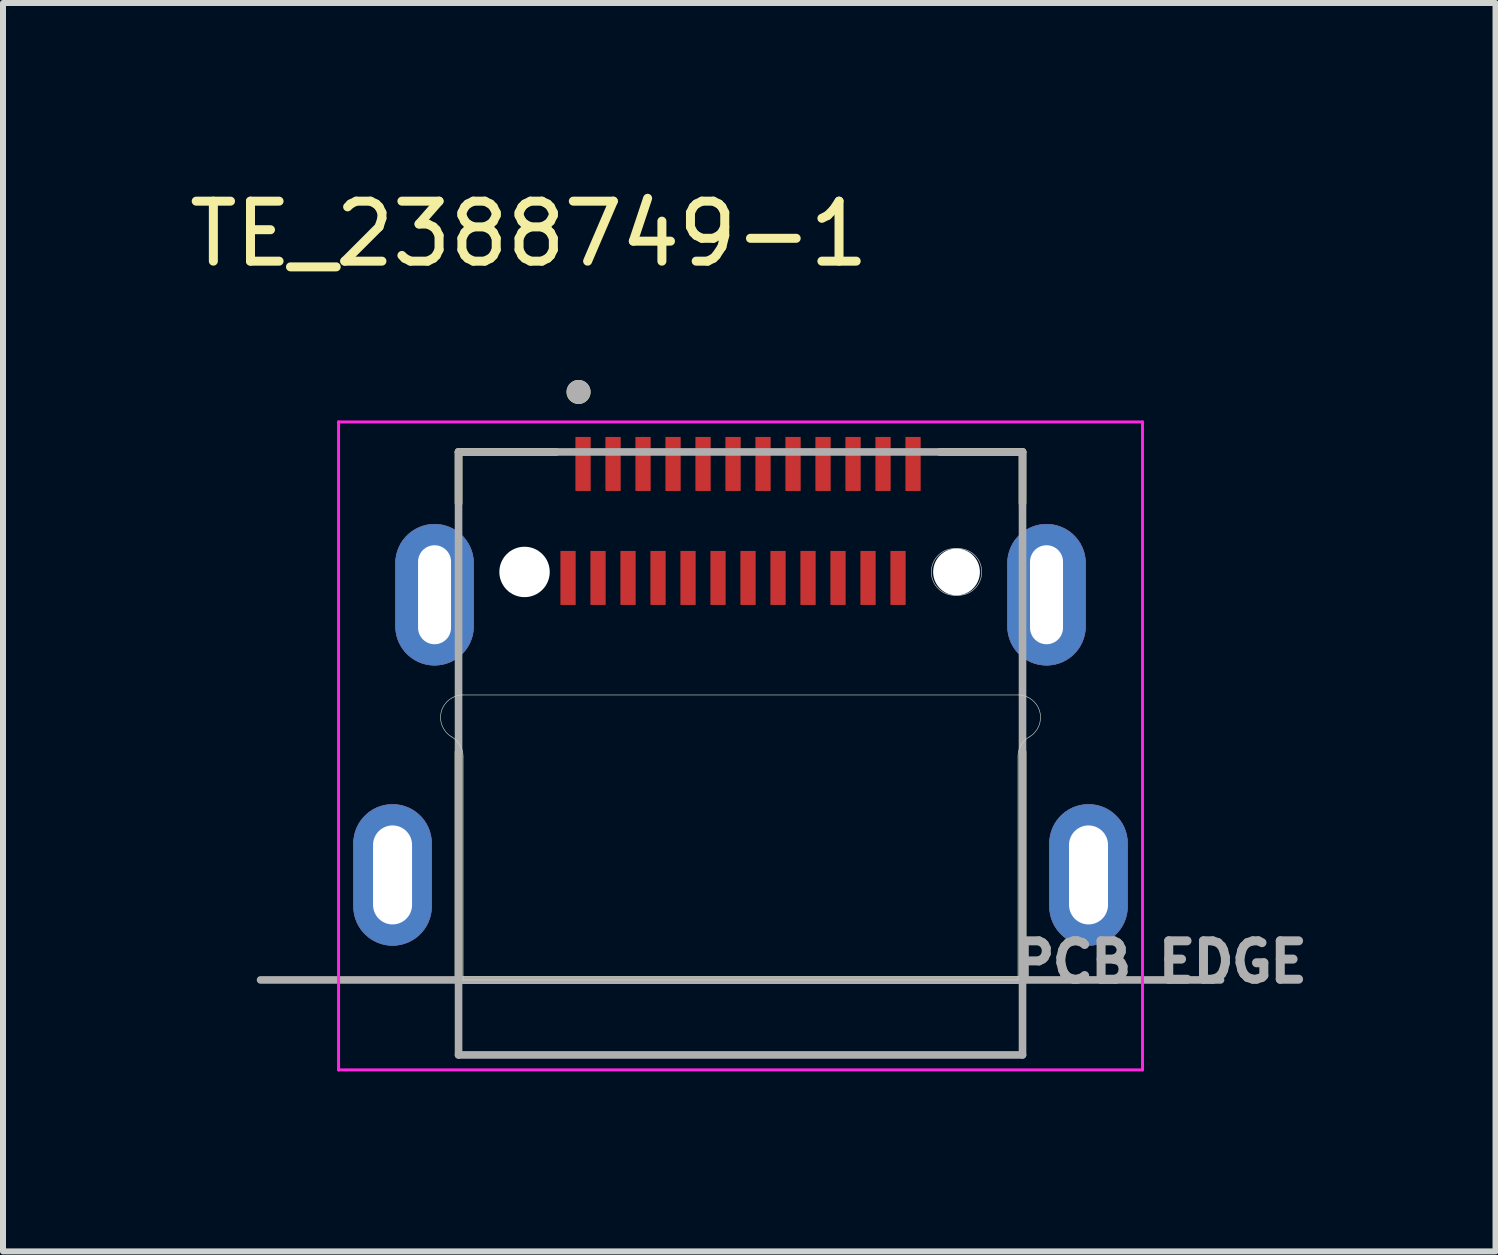
<source format=kicad_pcb>
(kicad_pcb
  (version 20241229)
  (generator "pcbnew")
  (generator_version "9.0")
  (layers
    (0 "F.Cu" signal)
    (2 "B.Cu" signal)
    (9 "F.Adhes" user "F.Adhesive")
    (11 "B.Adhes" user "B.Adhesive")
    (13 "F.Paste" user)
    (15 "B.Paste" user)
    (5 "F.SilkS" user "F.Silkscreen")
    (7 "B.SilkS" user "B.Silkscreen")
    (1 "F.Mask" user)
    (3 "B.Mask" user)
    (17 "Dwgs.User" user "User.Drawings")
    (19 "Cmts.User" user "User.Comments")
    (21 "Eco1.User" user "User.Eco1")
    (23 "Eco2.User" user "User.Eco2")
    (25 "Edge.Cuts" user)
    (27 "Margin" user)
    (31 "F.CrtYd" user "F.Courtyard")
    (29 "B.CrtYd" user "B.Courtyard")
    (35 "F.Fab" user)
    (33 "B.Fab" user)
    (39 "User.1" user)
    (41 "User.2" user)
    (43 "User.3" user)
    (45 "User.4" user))
  (footprint "TE_2388749-1"
    (layer "F.Cu")
    (at 9.293 6.483)
    (property "Reference" "TE_2388749-1" (at -3.525 -5.635 0) (layer "F.SilkS") (effects (font (size 1 1) (thickness 0.15))))
    (attr through_hole)
    (fp_poly (pts (xy -5.15 5.575) (xy -5.154 5.643) (xy -5.164 5.71) (xy -5.182 5.776) (xy -5.206 5.839) (xy -5.237 5.9) (xy -5.274 5.957) (xy -5.317 6.01) (xy -5.365 6.058) (xy -5.418 6.101) (xy -5.475 6.138) (xy -5.536 6.169) (xy -5.599 6.193) (xy -5.665 6.211) (xy -5.732 6.221) (xy -5.8 6.225) (xy -5.868 6.221) (xy -5.935 6.211) (xy -6.001 6.193) (xy -6.064 6.169) (xy -6.125 6.138) (xy -6.182 6.101) (xy -6.235 6.058) (xy -6.283 6.01) (xy -6.326 5.957) (xy -6.363 5.9) (xy -6.394 5.839) (xy -6.418 5.776) (xy -6.436 5.71) (xy -6.446 5.643) (xy -6.45 5.575) (xy -6.45 4.525) (xy -6.446 4.457) (xy -6.436 4.39) (xy -6.418 4.324) (xy -6.394 4.261) (xy -6.363 4.2) (xy -6.326 4.143) (xy -6.283 4.09) (xy -6.235 4.042) (xy -6.182 3.999) (xy -6.125 3.962) (xy -6.064 3.931) (xy -6.001 3.907) (xy -5.935 3.889) (xy -5.868 3.879) (xy -5.8 3.875) (xy -5.732 3.879) (xy -5.665 3.889) (xy -5.599 3.907) (xy -5.536 3.931) (xy -5.475 3.962) (xy -5.418 3.999) (xy -5.365 4.042) (xy -5.317 4.09) (xy -5.274 4.143) (xy -5.237 4.2) (xy -5.206 4.261) (xy -5.182 4.324) (xy -5.164 4.39) (xy -5.154 4.457) (xy -5.15 4.525) (xy -5.15 5.575)) (stroke (width 0.01) (type solid)) (fill yes) (layer "F.Cu"))
    (fp_poly (pts (xy -4.45 0.905) (xy -4.454 0.973) (xy -4.464 1.04) (xy -4.482 1.106) (xy -4.506 1.169) (xy -4.537 1.23) (xy -4.574 1.287) (xy -4.617 1.34) (xy -4.665 1.388) (xy -4.718 1.431) (xy -4.775 1.468) (xy -4.836 1.499) (xy -4.899 1.523) (xy -4.965 1.541) (xy -5.032 1.551) (xy -5.1 1.555) (xy -5.168 1.551) (xy -5.235 1.541) (xy -5.301 1.523) (xy -5.364 1.499) (xy -5.425 1.468) (xy -5.482 1.431) (xy -5.535 1.388) (xy -5.583 1.34) (xy -5.626 1.287) (xy -5.663 1.23) (xy -5.694 1.169) (xy -5.718 1.106) (xy -5.736 1.04) (xy -5.746 0.973) (xy -5.75 0.905) (xy -5.75 -0.145) (xy -5.746 -0.213) (xy -5.736 -0.28) (xy -5.718 -0.346) (xy -5.694 -0.409) (xy -5.663 -0.47) (xy -5.626 -0.527) (xy -5.583 -0.58) (xy -5.535 -0.628) (xy -5.482 -0.671) (xy -5.425 -0.708) (xy -5.364 -0.739) (xy -5.301 -0.763) (xy -5.235 -0.781) (xy -5.168 -0.791) (xy -5.1 -0.795) (xy -5.032 -0.791) (xy -4.965 -0.781) (xy -4.899 -0.763) (xy -4.836 -0.739) (xy -4.775 -0.708) (xy -4.718 -0.671) (xy -4.665 -0.628) (xy -4.617 -0.58) (xy -4.574 -0.527) (xy -4.537 -0.47) (xy -4.506 -0.409) (xy -4.482 -0.346) (xy -4.464 -0.28) (xy -4.454 -0.213) (xy -4.45 -0.145) (xy -4.45 0.905)) (stroke (width 0.01) (type solid)) (fill yes) (layer "F.Cu"))
    (fp_poly (pts (xy 5.75 0.905) (xy 5.746 0.973) (xy 5.736 1.04) (xy 5.718 1.106) (xy 5.694 1.169) (xy 5.663 1.23) (xy 5.626 1.287) (xy 5.583 1.34) (xy 5.535 1.388) (xy 5.482 1.431) (xy 5.425 1.468) (xy 5.364 1.499) (xy 5.301 1.523) (xy 5.235 1.541) (xy 5.168 1.551) (xy 5.1 1.555) (xy 5.032 1.551) (xy 4.965 1.541) (xy 4.899 1.523) (xy 4.836 1.499) (xy 4.775 1.468) (xy 4.718 1.431) (xy 4.665 1.388) (xy 4.617 1.34) (xy 4.574 1.287) (xy 4.537 1.23) (xy 4.506 1.169) (xy 4.482 1.106) (xy 4.464 1.04) (xy 4.454 0.973) (xy 4.45 0.905) (xy 4.45 -0.145) (xy 4.454 -0.213) (xy 4.464 -0.28) (xy 4.482 -0.346) (xy 4.506 -0.409) (xy 4.537 -0.47) (xy 4.574 -0.527) (xy 4.617 -0.58) (xy 4.665 -0.628) (xy 4.718 -0.671) (xy 4.775 -0.708) (xy 4.836 -0.739) (xy 4.899 -0.763) (xy 4.965 -0.781) (xy 5.032 -0.791) (xy 5.1 -0.795) (xy 5.168 -0.791) (xy 5.235 -0.781) (xy 5.301 -0.763) (xy 5.364 -0.739) (xy 5.425 -0.708) (xy 5.482 -0.671) (xy 5.535 -0.628) (xy 5.583 -0.58) (xy 5.626 -0.527) (xy 5.663 -0.47) (xy 5.694 -0.409) (xy 5.718 -0.346) (xy 5.736 -0.28) (xy 5.746 -0.213) (xy 5.75 -0.145) (xy 5.75 0.905)) (stroke (width 0.01) (type solid)) (fill yes) (layer "F.Cu"))
    (fp_poly (pts (xy 6.45 5.575) (xy 6.446 5.643) (xy 6.436 5.71) (xy 6.418 5.776) (xy 6.394 5.839) (xy 6.363 5.9) (xy 6.326 5.957) (xy 6.283 6.01) (xy 6.235 6.058) (xy 6.182 6.101) (xy 6.125 6.138) (xy 6.064 6.169) (xy 6.001 6.193) (xy 5.935 6.211) (xy 5.868 6.221) (xy 5.8 6.225) (xy 5.732 6.221) (xy 5.665 6.211) (xy 5.599 6.193) (xy 5.536 6.169) (xy 5.475 6.138) (xy 5.418 6.101) (xy 5.365 6.058) (xy 5.317 6.01) (xy 5.274 5.957) (xy 5.237 5.9) (xy 5.206 5.839) (xy 5.182 5.776) (xy 5.164 5.71) (xy 5.154 5.643) (xy 5.15 5.575) (xy 5.15 4.525) (xy 5.154 4.457) (xy 5.164 4.39) (xy 5.182 4.324) (xy 5.206 4.261) (xy 5.237 4.2) (xy 5.274 4.143) (xy 5.317 4.09) (xy 5.365 4.042) (xy 5.418 3.999) (xy 5.475 3.962) (xy 5.536 3.931) (xy 5.599 3.907) (xy 5.665 3.889) (xy 5.732 3.879) (xy 5.8 3.875) (xy 5.868 3.879) (xy 5.935 3.889) (xy 6.001 3.907) (xy 6.064 3.931) (xy 6.125 3.962) (xy 6.182 3.999) (xy 6.235 4.042) (xy 6.283 4.09) (xy 6.326 4.143) (xy 6.363 4.2) (xy 6.394 4.261) (xy 6.418 4.324) (xy 6.436 4.39) (xy 6.446 4.457) (xy 6.45 4.525) (xy 6.45 5.575)) (stroke (width 0.01) (type solid)) (fill yes) (layer "F.Cu"))
    (fp_poly (pts (xy -6.55 4.525) (xy -6.55 5.575) (xy -6.546 5.653) (xy -6.534 5.731) (xy -6.513 5.807) (xy -6.485 5.88) (xy -6.45 5.95) (xy -6.407 6.016) (xy -6.357 6.077) (xy -6.302 6.132) (xy -6.241 6.182) (xy -6.175 6.225) (xy -6.105 6.26) (xy -6.032 6.288) (xy -5.956 6.309) (xy -5.878 6.321) (xy -5.8 6.325) (xy -5.722 6.321) (xy -5.644 6.309) (xy -5.568 6.288) (xy -5.495 6.26) (xy -5.425 6.225) (xy -5.359 6.182) (xy -5.298 6.132) (xy -5.243 6.077) (xy -5.193 6.016) (xy -5.15 5.95) (xy -5.115 5.88) (xy -5.087 5.807) (xy -5.066 5.731) (xy -5.054 5.653) (xy -5.05 5.575) (xy -5.05 4.525) (xy -5.054 4.447) (xy -5.066 4.369) (xy -5.087 4.293) (xy -5.115 4.22) (xy -5.15 4.15) (xy -5.193 4.084) (xy -5.243 4.023) (xy -5.298 3.968) (xy -5.359 3.918) (xy -5.425 3.875) (xy -5.495 3.84) (xy -5.568 3.812) (xy -5.644 3.791) (xy -5.722 3.779) (xy -5.8 3.775) (xy -5.878 3.779) (xy -5.956 3.791) (xy -6.032 3.812) (xy -6.105 3.84) (xy -6.175 3.875) (xy -6.241 3.918) (xy -6.302 3.968) (xy -6.357 4.023) (xy -6.407 4.084) (xy -6.45 4.15) (xy -6.485 4.22) (xy -6.513 4.293) (xy -6.534 4.369) (xy -6.546 4.447) (xy -6.55 4.525)) (stroke (width 0.01) (type solid)) (fill yes) (layer "F.Mask"))
    (fp_poly (pts (xy -5.85 -0.145) (xy -5.85 0.905) (xy -5.846 0.983) (xy -5.834 1.061) (xy -5.813 1.137) (xy -5.785 1.21) (xy -5.75 1.28) (xy -5.707 1.346) (xy -5.657 1.407) (xy -5.602 1.462) (xy -5.541 1.512) (xy -5.475 1.555) (xy -5.405 1.59) (xy -5.332 1.618) (xy -5.256 1.639) (xy -5.178 1.651) (xy -5.1 1.655) (xy -5.022 1.651) (xy -4.944 1.639) (xy -4.868 1.618) (xy -4.795 1.59) (xy -4.725 1.555) (xy -4.659 1.512) (xy -4.598 1.462) (xy -4.543 1.407) (xy -4.493 1.346) (xy -4.45 1.28) (xy -4.415 1.21) (xy -4.387 1.137) (xy -4.366 1.061) (xy -4.354 0.983) (xy -4.35 0.905) (xy -4.35 -0.145) (xy -4.354 -0.223) (xy -4.366 -0.301) (xy -4.387 -0.377) (xy -4.415 -0.45) (xy -4.45 -0.52) (xy -4.493 -0.586) (xy -4.543 -0.647) (xy -4.598 -0.702) (xy -4.659 -0.752) (xy -4.725 -0.795) (xy -4.795 -0.83) (xy -4.868 -0.858) (xy -4.944 -0.879) (xy -5.022 -0.891) (xy -5.1 -0.895) (xy -5.178 -0.891) (xy -5.256 -0.879) (xy -5.332 -0.858) (xy -5.405 -0.83) (xy -5.475 -0.795) (xy -5.541 -0.752) (xy -5.602 -0.702) (xy -5.657 -0.647) (xy -5.707 -0.586) (xy -5.75 -0.52) (xy -5.785 -0.45) (xy -5.813 -0.377) (xy -5.834 -0.301) (xy -5.846 -0.223) (xy -5.85 -0.145)) (stroke (width 0.01) (type solid)) (fill yes) (layer "F.Mask"))
    (fp_poly (pts (xy 4.35 -0.145) (xy 4.35 0.905) (xy 4.354 0.983) (xy 4.366 1.061) (xy 4.387 1.137) (xy 4.415 1.21) (xy 4.45 1.28) (xy 4.493 1.346) (xy 4.543 1.407) (xy 4.598 1.462) (xy 4.659 1.512) (xy 4.725 1.555) (xy 4.795 1.59) (xy 4.868 1.618) (xy 4.944 1.639) (xy 5.022 1.651) (xy 5.1 1.655) (xy 5.178 1.651) (xy 5.256 1.639) (xy 5.332 1.618) (xy 5.405 1.59) (xy 5.475 1.555) (xy 5.541 1.512) (xy 5.602 1.462) (xy 5.657 1.407) (xy 5.707 1.346) (xy 5.75 1.28) (xy 5.785 1.21) (xy 5.813 1.137) (xy 5.834 1.061) (xy 5.846 0.983) (xy 5.85 0.905) (xy 5.85 -0.145) (xy 5.846 -0.223) (xy 5.834 -0.301) (xy 5.813 -0.377) (xy 5.785 -0.45) (xy 5.75 -0.52) (xy 5.707 -0.586) (xy 5.657 -0.647) (xy 5.602 -0.702) (xy 5.541 -0.752) (xy 5.475 -0.795) (xy 5.405 -0.83) (xy 5.332 -0.858) (xy 5.256 -0.879) (xy 5.178 -0.891) (xy 5.1 -0.895) (xy 5.022 -0.891) (xy 4.944 -0.879) (xy 4.868 -0.858) (xy 4.795 -0.83) (xy 4.725 -0.795) (xy 4.659 -0.752) (xy 4.598 -0.702) (xy 4.543 -0.647) (xy 4.493 -0.586) (xy 4.45 -0.52) (xy 4.415 -0.45) (xy 4.387 -0.377) (xy 4.366 -0.301) (xy 4.354 -0.223) (xy 4.35 -0.145)) (stroke (width 0.01) (type solid)) (fill yes) (layer "F.Mask"))
    (fp_poly (pts (xy 5.05 4.525) (xy 5.05 5.575) (xy 5.054 5.653) (xy 5.066 5.731) (xy 5.087 5.807) (xy 5.115 5.88) (xy 5.15 5.95) (xy 5.193 6.016) (xy 5.243 6.077) (xy 5.298 6.132) (xy 5.359 6.182) (xy 5.425 6.225) (xy 5.495 6.26) (xy 5.568 6.288) (xy 5.644 6.309) (xy 5.722 6.321) (xy 5.8 6.325) (xy 5.878 6.321) (xy 5.956 6.309) (xy 6.032 6.288) (xy 6.105 6.26) (xy 6.175 6.225) (xy 6.241 6.182) (xy 6.302 6.132) (xy 6.357 6.077) (xy 6.407 6.016) (xy 6.45 5.95) (xy 6.485 5.88) (xy 6.513 5.807) (xy 6.534 5.731) (xy 6.546 5.653) (xy 6.55 5.575) (xy 6.55 4.525) (xy 6.546 4.447) (xy 6.534 4.369) (xy 6.513 4.293) (xy 6.485 4.22) (xy 6.45 4.15) (xy 6.407 4.084) (xy 6.357 4.023) (xy 6.302 3.968) (xy 6.241 3.918) (xy 6.175 3.875) (xy 6.105 3.84) (xy 6.032 3.812) (xy 5.956 3.791) (xy 5.878 3.779) (xy 5.8 3.775) (xy 5.722 3.779) (xy 5.644 3.791) (xy 5.568 3.812) (xy 5.495 3.84) (xy 5.425 3.875) (xy 5.359 3.918) (xy 5.298 3.968) (xy 5.243 4.023) (xy 5.193 4.084) (xy 5.15 4.15) (xy 5.115 4.22) (xy 5.087 4.293) (xy 5.066 4.369) (xy 5.054 4.447) (xy 5.05 4.525)) (stroke (width 0.01) (type solid)) (fill yes) (layer "F.Mask"))
    (fp_poly (pts (xy -5.15 5.575) (xy -5.154 5.643) (xy -5.164 5.71) (xy -5.182 5.776) (xy -5.206 5.839) (xy -5.237 5.9) (xy -5.274 5.957) (xy -5.317 6.01) (xy -5.365 6.058) (xy -5.418 6.101) (xy -5.475 6.138) (xy -5.536 6.169) (xy -5.599 6.193) (xy -5.665 6.211) (xy -5.732 6.221) (xy -5.8 6.225) (xy -5.868 6.221) (xy -5.935 6.211) (xy -6.001 6.193) (xy -6.064 6.169) (xy -6.125 6.138) (xy -6.182 6.101) (xy -6.235 6.058) (xy -6.283 6.01) (xy -6.326 5.957) (xy -6.363 5.9) (xy -6.394 5.839) (xy -6.418 5.776) (xy -6.436 5.71) (xy -6.446 5.643) (xy -6.45 5.575) (xy -6.45 4.525) (xy -6.446 4.457) (xy -6.436 4.39) (xy -6.418 4.324) (xy -6.394 4.261) (xy -6.363 4.2) (xy -6.326 4.143) (xy -6.283 4.09) (xy -6.235 4.042) (xy -6.182 3.999) (xy -6.125 3.962) (xy -6.064 3.931) (xy -6.001 3.907) (xy -5.935 3.889) (xy -5.868 3.879) (xy -5.8 3.875) (xy -5.732 3.879) (xy -5.665 3.889) (xy -5.599 3.907) (xy -5.536 3.931) (xy -5.475 3.962) (xy -5.418 3.999) (xy -5.365 4.042) (xy -5.317 4.09) (xy -5.274 4.143) (xy -5.237 4.2) (xy -5.206 4.261) (xy -5.182 4.324) (xy -5.164 4.39) (xy -5.154 4.457) (xy -5.15 4.525) (xy -5.15 5.575)) (stroke (width 0.01) (type solid)) (fill yes) (layer "B.Cu"))
    (fp_poly (pts (xy -4.45 0.905) (xy -4.454 0.973) (xy -4.464 1.04) (xy -4.482 1.106) (xy -4.506 1.169) (xy -4.537 1.23) (xy -4.574 1.287) (xy -4.617 1.34) (xy -4.665 1.388) (xy -4.718 1.431) (xy -4.775 1.468) (xy -4.836 1.499) (xy -4.899 1.523) (xy -4.965 1.541) (xy -5.032 1.551) (xy -5.1 1.555) (xy -5.168 1.551) (xy -5.235 1.541) (xy -5.301 1.523) (xy -5.364 1.499) (xy -5.425 1.468) (xy -5.482 1.431) (xy -5.535 1.388) (xy -5.583 1.34) (xy -5.626 1.287) (xy -5.663 1.23) (xy -5.694 1.169) (xy -5.718 1.106) (xy -5.736 1.04) (xy -5.746 0.973) (xy -5.75 0.905) (xy -5.75 -0.145) (xy -5.746 -0.213) (xy -5.736 -0.28) (xy -5.718 -0.346) (xy -5.694 -0.409) (xy -5.663 -0.47) (xy -5.626 -0.527) (xy -5.583 -0.58) (xy -5.535 -0.628) (xy -5.482 -0.671) (xy -5.425 -0.708) (xy -5.364 -0.739) (xy -5.301 -0.763) (xy -5.235 -0.781) (xy -5.168 -0.791) (xy -5.1 -0.795) (xy -5.032 -0.791) (xy -4.965 -0.781) (xy -4.899 -0.763) (xy -4.836 -0.739) (xy -4.775 -0.708) (xy -4.718 -0.671) (xy -4.665 -0.628) (xy -4.617 -0.58) (xy -4.574 -0.527) (xy -4.537 -0.47) (xy -4.506 -0.409) (xy -4.482 -0.346) (xy -4.464 -0.28) (xy -4.454 -0.213) (xy -4.45 -0.145) (xy -4.45 0.905)) (stroke (width 0.01) (type solid)) (fill yes) (layer "B.Cu"))
    (fp_poly (pts (xy 5.75 0.905) (xy 5.746 0.973) (xy 5.736 1.04) (xy 5.718 1.106) (xy 5.694 1.169) (xy 5.663 1.23) (xy 5.626 1.287) (xy 5.583 1.34) (xy 5.535 1.388) (xy 5.482 1.431) (xy 5.425 1.468) (xy 5.364 1.499) (xy 5.301 1.523) (xy 5.235 1.541) (xy 5.168 1.551) (xy 5.1 1.555) (xy 5.032 1.551) (xy 4.965 1.541) (xy 4.899 1.523) (xy 4.836 1.499) (xy 4.775 1.468) (xy 4.718 1.431) (xy 4.665 1.388) (xy 4.617 1.34) (xy 4.574 1.287) (xy 4.537 1.23) (xy 4.506 1.169) (xy 4.482 1.106) (xy 4.464 1.04) (xy 4.454 0.973) (xy 4.45 0.905) (xy 4.45 -0.145) (xy 4.454 -0.213) (xy 4.464 -0.28) (xy 4.482 -0.346) (xy 4.506 -0.409) (xy 4.537 -0.47) (xy 4.574 -0.527) (xy 4.617 -0.58) (xy 4.665 -0.628) (xy 4.718 -0.671) (xy 4.775 -0.708) (xy 4.836 -0.739) (xy 4.899 -0.763) (xy 4.965 -0.781) (xy 5.032 -0.791) (xy 5.1 -0.795) (xy 5.168 -0.791) (xy 5.235 -0.781) (xy 5.301 -0.763) (xy 5.364 -0.739) (xy 5.425 -0.708) (xy 5.482 -0.671) (xy 5.535 -0.628) (xy 5.583 -0.58) (xy 5.626 -0.527) (xy 5.663 -0.47) (xy 5.694 -0.409) (xy 5.718 -0.346) (xy 5.736 -0.28) (xy 5.746 -0.213) (xy 5.75 -0.145) (xy 5.75 0.905)) (stroke (width 0.01) (type solid)) (fill yes) (layer "B.Cu"))
    (fp_poly (pts (xy 6.45 5.575) (xy 6.446 5.643) (xy 6.436 5.71) (xy 6.418 5.776) (xy 6.394 5.839) (xy 6.363 5.9) (xy 6.326 5.957) (xy 6.283 6.01) (xy 6.235 6.058) (xy 6.182 6.101) (xy 6.125 6.138) (xy 6.064 6.169) (xy 6.001 6.193) (xy 5.935 6.211) (xy 5.868 6.221) (xy 5.8 6.225) (xy 5.732 6.221) (xy 5.665 6.211) (xy 5.599 6.193) (xy 5.536 6.169) (xy 5.475 6.138) (xy 5.418 6.101) (xy 5.365 6.058) (xy 5.317 6.01) (xy 5.274 5.957) (xy 5.237 5.9) (xy 5.206 5.839) (xy 5.182 5.776) (xy 5.164 5.71) (xy 5.154 5.643) (xy 5.15 5.575) (xy 5.15 4.525) (xy 5.154 4.457) (xy 5.164 4.39) (xy 5.182 4.324) (xy 5.206 4.261) (xy 5.237 4.2) (xy 5.274 4.143) (xy 5.317 4.09) (xy 5.365 4.042) (xy 5.418 3.999) (xy 5.475 3.962) (xy 5.536 3.931) (xy 5.599 3.907) (xy 5.665 3.889) (xy 5.732 3.879) (xy 5.8 3.875) (xy 5.868 3.879) (xy 5.935 3.889) (xy 6.001 3.907) (xy 6.064 3.931) (xy 6.125 3.962) (xy 6.182 3.999) (xy 6.235 4.042) (xy 6.283 4.09) (xy 6.326 4.143) (xy 6.363 4.2) (xy 6.394 4.261) (xy 6.418 4.324) (xy 6.436 4.39) (xy 6.446 4.457) (xy 6.45 4.525) (xy 6.45 5.575)) (stroke (width 0.01) (type solid)) (fill yes) (layer "B.Cu"))
    (fp_poly (pts (xy -6.55 4.525) (xy -6.55 5.575) (xy -6.546 5.653) (xy -6.534 5.731) (xy -6.513 5.807) (xy -6.485 5.88) (xy -6.45 5.95) (xy -6.407 6.016) (xy -6.357 6.077) (xy -6.302 6.132) (xy -6.241 6.182) (xy -6.175 6.225) (xy -6.105 6.26) (xy -6.032 6.288) (xy -5.956 6.309) (xy -5.878 6.321) (xy -5.8 6.325) (xy -5.722 6.321) (xy -5.644 6.309) (xy -5.568 6.288) (xy -5.495 6.26) (xy -5.425 6.225) (xy -5.359 6.182) (xy -5.298 6.132) (xy -5.243 6.077) (xy -5.193 6.016) (xy -5.15 5.95) (xy -5.115 5.88) (xy -5.087 5.807) (xy -5.066 5.731) (xy -5.054 5.653) (xy -5.05 5.575) (xy -5.05 4.525) (xy -5.054 4.447) (xy -5.066 4.369) (xy -5.087 4.293) (xy -5.115 4.22) (xy -5.15 4.15) (xy -5.193 4.084) (xy -5.243 4.023) (xy -5.298 3.968) (xy -5.359 3.918) (xy -5.425 3.875) (xy -5.495 3.84) (xy -5.568 3.812) (xy -5.644 3.791) (xy -5.722 3.779) (xy -5.8 3.775) (xy -5.878 3.779) (xy -5.956 3.791) (xy -6.032 3.812) (xy -6.105 3.84) (xy -6.175 3.875) (xy -6.241 3.918) (xy -6.302 3.968) (xy -6.357 4.023) (xy -6.407 4.084) (xy -6.45 4.15) (xy -6.485 4.22) (xy -6.513 4.293) (xy -6.534 4.369) (xy -6.546 4.447) (xy -6.55 4.525)) (stroke (width 0.01) (type solid)) (fill yes) (layer "B.Mask"))
    (fp_poly (pts (xy -5.85 -0.145) (xy -5.85 0.905) (xy -5.846 0.983) (xy -5.834 1.061) (xy -5.813 1.137) (xy -5.785 1.21) (xy -5.75 1.28) (xy -5.707 1.346) (xy -5.657 1.407) (xy -5.602 1.462) (xy -5.541 1.512) (xy -5.475 1.555) (xy -5.405 1.59) (xy -5.332 1.618) (xy -5.256 1.639) (xy -5.178 1.651) (xy -5.1 1.655) (xy -5.022 1.651) (xy -4.944 1.639) (xy -4.868 1.618) (xy -4.795 1.59) (xy -4.725 1.555) (xy -4.659 1.512) (xy -4.598 1.462) (xy -4.543 1.407) (xy -4.493 1.346) (xy -4.45 1.28) (xy -4.415 1.21) (xy -4.387 1.137) (xy -4.366 1.061) (xy -4.354 0.983) (xy -4.35 0.905) (xy -4.35 -0.145) (xy -4.354 -0.223) (xy -4.366 -0.301) (xy -4.387 -0.377) (xy -4.415 -0.45) (xy -4.45 -0.52) (xy -4.493 -0.586) (xy -4.543 -0.647) (xy -4.598 -0.702) (xy -4.659 -0.752) (xy -4.725 -0.795) (xy -4.795 -0.83) (xy -4.868 -0.858) (xy -4.944 -0.879) (xy -5.022 -0.891) (xy -5.1 -0.895) (xy -5.178 -0.891) (xy -5.256 -0.879) (xy -5.332 -0.858) (xy -5.405 -0.83) (xy -5.475 -0.795) (xy -5.541 -0.752) (xy -5.602 -0.702) (xy -5.657 -0.647) (xy -5.707 -0.586) (xy -5.75 -0.52) (xy -5.785 -0.45) (xy -5.813 -0.377) (xy -5.834 -0.301) (xy -5.846 -0.223) (xy -5.85 -0.145)) (stroke (width 0.01) (type solid)) (fill yes) (layer "B.Mask"))
    (fp_poly (pts (xy 4.35 -0.145) (xy 4.35 0.905) (xy 4.354 0.983) (xy 4.366 1.061) (xy 4.387 1.137) (xy 4.415 1.21) (xy 4.45 1.28) (xy 4.493 1.346) (xy 4.543 1.407) (xy 4.598 1.462) (xy 4.659 1.512) (xy 4.725 1.555) (xy 4.795 1.59) (xy 4.868 1.618) (xy 4.944 1.639) (xy 5.022 1.651) (xy 5.1 1.655) (xy 5.178 1.651) (xy 5.256 1.639) (xy 5.332 1.618) (xy 5.405 1.59) (xy 5.475 1.555) (xy 5.541 1.512) (xy 5.602 1.462) (xy 5.657 1.407) (xy 5.707 1.346) (xy 5.75 1.28) (xy 5.785 1.21) (xy 5.813 1.137) (xy 5.834 1.061) (xy 5.846 0.983) (xy 5.85 0.905) (xy 5.85 -0.145) (xy 5.846 -0.223) (xy 5.834 -0.301) (xy 5.813 -0.377) (xy 5.785 -0.45) (xy 5.75 -0.52) (xy 5.707 -0.586) (xy 5.657 -0.647) (xy 5.602 -0.702) (xy 5.541 -0.752) (xy 5.475 -0.795) (xy 5.405 -0.83) (xy 5.332 -0.858) (xy 5.256 -0.879) (xy 5.178 -0.891) (xy 5.1 -0.895) (xy 5.022 -0.891) (xy 4.944 -0.879) (xy 4.868 -0.858) (xy 4.795 -0.83) (xy 4.725 -0.795) (xy 4.659 -0.752) (xy 4.598 -0.702) (xy 4.543 -0.647) (xy 4.493 -0.586) (xy 4.45 -0.52) (xy 4.415 -0.45) (xy 4.387 -0.377) (xy 4.366 -0.301) (xy 4.354 -0.223) (xy 4.35 -0.145)) (stroke (width 0.01) (type solid)) (fill yes) (layer "B.Mask"))
    (fp_poly (pts (xy 5.05 4.525) (xy 5.05 5.575) (xy 5.054 5.653) (xy 5.066 5.731) (xy 5.087 5.807) (xy 5.115 5.88) (xy 5.15 5.95) (xy 5.193 6.016) (xy 5.243 6.077) (xy 5.298 6.132) (xy 5.359 6.182) (xy 5.425 6.225) (xy 5.495 6.26) (xy 5.568 6.288) (xy 5.644 6.309) (xy 5.722 6.321) (xy 5.8 6.325) (xy 5.878 6.321) (xy 5.956 6.309) (xy 6.032 6.288) (xy 6.105 6.26) (xy 6.175 6.225) (xy 6.241 6.182) (xy 6.302 6.132) (xy 6.357 6.077) (xy 6.407 6.016) (xy 6.45 5.95) (xy 6.485 5.88) (xy 6.513 5.807) (xy 6.534 5.731) (xy 6.546 5.653) (xy 6.55 5.575) (xy 6.55 4.525) (xy 6.546 4.447) (xy 6.534 4.369) (xy 6.513 4.293) (xy 6.485 4.22) (xy 6.45 4.15) (xy 6.407 4.084) (xy 6.357 4.023) (xy 6.302 3.968) (xy 6.241 3.918) (xy 6.175 3.875) (xy 6.105 3.84) (xy 6.032 3.812) (xy 5.956 3.791) (xy 5.878 3.779) (xy 5.8 3.775) (xy 5.722 3.779) (xy 5.644 3.791) (xy 5.568 3.812) (xy 5.495 3.84) (xy 5.425 3.875) (xy 5.359 3.918) (xy 5.298 3.968) (xy 5.243 4.023) (xy 5.193 4.084) (xy 5.15 4.15) (xy 5.115 4.22) (xy 5.087 4.293) (xy 5.066 4.369) (xy 5.054 4.447) (xy 5.05 4.525)) (stroke (width 0.01) (type solid)) (fill yes) (layer "B.Mask"))
    (fp_line (start -4.7 -2) (end -3.072 -2) (stroke (width 0.127) (type solid)) (layer "F.SilkS"))
    (fp_line (start -4.7 -1.145) (end -4.7 -2) (stroke (width 0.127) (type solid)) (layer "F.SilkS"))
    (fp_line (start -4.7 6.8) (end -4.7 3) (stroke (width 0.127) (type solid)) (layer "F.SilkS"))
    (fp_line (start -4.7 6.8) (end 4.7 6.8) (stroke (width 0.127) (type solid)) (layer "F.SilkS"))
    (fp_line (start 3.322 -2) (end 4.7 -2) (stroke (width 0.127) (type solid)) (layer "F.SilkS"))
    (fp_line (start 4.7 -2) (end 4.7 -1.145) (stroke (width 0.127) (type solid)) (layer "F.SilkS"))
    (fp_line (start 4.7 6.8) (end 4.7 3) (stroke (width 0.127) (type solid)) (layer "F.SilkS"))
    (fp_circle (center -2.7 -3) (end -2.6 -3) (stroke (width 0.2) (type solid)) (fill no) (layer "F.SilkS"))
    (fp_line (start -4.625 2.05) (end 4.625 2.05) (stroke (width 0.01) (type solid)) (layer "Edge.Cuts"))
    (fp_line (start -4.625 3.075) (end -4.625 6.8) (stroke (width 0.01) (type solid)) (layer "Edge.Cuts"))
    (fp_line (start -4.625 6.8) (end 4.625 6.8) (stroke (width 0.01) (type solid)) (layer "Edge.Cuts"))
    (fp_line (start 3.57 -0.39) (end 3.63 -0.39) (stroke (width 0.01) (type solid)) (layer "Edge.Cuts"))
    (fp_line (start 3.57 0.39) (end 3.63 0.39) (stroke (width 0.01) (type solid)) (layer "Edge.Cuts"))
    (fp_line (start 4.625 6.8) (end 4.625 3.075) (stroke (width 0.01) (type solid)) (layer "Edge.Cuts"))
    (fp_arc (start -4.8125 2.74976) (mid -4.987223 2.327943) (end -4.625 2.05) (stroke (width 0.01) (type solid)) (layer "Edge.Cuts"))
    (fp_arc (start -4.8125 2.74976) (mid -4.67524 2.88702) (end -4.625 3.07452) (stroke (width 0.01) (type solid)) (layer "Edge.Cuts"))
    (fp_arc (start 3.57 0.39) (mid 3.18 0) (end 3.57 -0.39) (stroke (width 0.01) (type solid)) (layer "Edge.Cuts"))
    (fp_arc (start 3.63 -0.39) (mid 4.02 0) (end 3.63 0.39) (stroke (width 0.01) (type solid)) (layer "Edge.Cuts"))
    (fp_arc (start 4.625 2.05) (mid 4.987222 2.327943) (end 4.8125 2.74976) (stroke (width 0.01) (type solid)) (layer "Edge.Cuts"))
    (fp_arc (start 4.625 3.07452) (mid 4.675241 2.88702) (end 4.8125 2.74976) (stroke (width 0.01) (type solid)) (layer "Edge.Cuts"))
    (fp_line (start -6.7 -2.5) (end -6.7 8.3) (stroke (width 0.05) (type solid)) (layer "F.CrtYd"))
    (fp_line (start -6.7 8.3) (end 6.7 8.3) (stroke (width 0.05) (type solid)) (layer "F.CrtYd"))
    (fp_line (start 6.7 -2.5) (end -6.7 -2.5) (stroke (width 0.05) (type solid)) (layer "F.CrtYd"))
    (fp_line (start 6.7 8.3) (end 6.7 -2.5) (stroke (width 0.05) (type solid)) (layer "F.CrtYd"))
    (fp_line (start -8 6.8) (end 8 6.8) (stroke (width 0.127) (type solid)) (layer "F.Fab"))
    (fp_line (start -4.7 -2) (end 4.7 -2) (stroke (width 0.127) (type solid)) (layer "F.Fab"))
    (fp_line (start -4.7 8.05) (end -4.7 -2) (stroke (width 0.127) (type solid)) (layer "F.Fab"))
    (fp_line (start 4.7 -2) (end 4.7 8.05) (stroke (width 0.127) (type solid)) (layer "F.Fab"))
    (fp_line (start 4.7 8.05) (end -4.7 8.05) (stroke (width 0.127) (type solid)) (layer "F.Fab"))
    (fp_circle (center -2.7 -3) (end -2.6 -3) (stroke (width 0.2) (type solid)) (fill no) (layer "F.Fab"))
    (fp_text user "PCB EDGE" (at 7 6.5 0) (layer "F.Fab") (effects (font (size 0.64 0.64) (thickness 0.15))))
    (pad "" np_thru_hole circle (at -3.6 0) (size 0.84 0.84) (drill 0.84) (layers "*.Cu" "*.Mask"))
    (pad "" np_thru_hole circle (at 3.6 0) (size 0.78 0.78) (drill 0.78) (layers "*.Cu" "*.Mask"))
    (pad "A1" smd rect (at -2.625 -1.8) (size 0.254 0.9) (layers "F.Cu" "F.Mask" "F.Paste"))
    (pad "A2" smd rect (at -2.125 -1.8) (size 0.254 0.9) (layers "F.Cu" "F.Mask" "F.Paste"))
    (pad "A3" smd rect (at -1.625 -1.8) (size 0.254 0.9) (layers "F.Cu" "F.Mask" "F.Paste"))
    (pad "A4" smd rect (at -1.125 -1.8) (size 0.254 0.9) (layers "F.Cu" "F.Mask" "F.Paste"))
    (pad "A5" smd rect (at -0.625 -1.8) (size 0.254 0.9) (layers "F.Cu" "F.Mask" "F.Paste"))
    (pad "A6" smd rect (at -0.125 -1.8) (size 0.254 0.9) (layers "F.Cu" "F.Mask" "F.Paste"))
    (pad "A7" smd rect (at 0.375 -1.8) (size 0.254 0.9) (layers "F.Cu" "F.Mask" "F.Paste"))
    (pad "A8" smd rect (at 0.875 -1.8) (size 0.254 0.9) (layers "F.Cu" "F.Mask" "F.Paste"))
    (pad "A9" smd rect (at 1.375 -1.8) (size 0.254 0.9) (layers "F.Cu" "F.Mask" "F.Paste"))
    (pad "A10" smd rect (at 1.875 -1.8) (size 0.254 0.9) (layers "F.Cu" "F.Mask" "F.Paste"))
    (pad "A11" smd rect (at 2.375 -1.8) (size 0.254 0.9) (layers "F.Cu" "F.Mask" "F.Paste"))
    (pad "A12" smd rect (at 2.875 -1.8) (size 0.254 0.9) (layers "F.Cu" "F.Mask" "F.Paste"))
    (pad "B1" smd rect (at 2.625 0.1) (size 0.254 0.9) (layers "F.Cu" "F.Mask" "F.Paste"))
    (pad "B2" smd rect (at 2.125 0.1) (size 0.254 0.9) (layers "F.Cu" "F.Mask" "F.Paste"))
    (pad "B3" smd rect (at 1.625 0.1) (size 0.254 0.9) (layers "F.Cu" "F.Mask" "F.Paste"))
    (pad "B4" smd rect (at 1.125 0.1) (size 0.254 0.9) (layers "F.Cu" "F.Mask" "F.Paste"))
    (pad "B5" smd rect (at 0.625 0.1) (size 0.254 0.9) (layers "F.Cu" "F.Mask" "F.Paste"))
    (pad "B6" smd rect (at 0.125 0.1) (size 0.254 0.9) (layers "F.Cu" "F.Mask" "F.Paste"))
    (pad "B7" smd rect (at -0.375 0.1) (size 0.254 0.9) (layers "F.Cu" "F.Mask" "F.Paste"))
    (pad "B8" smd rect (at -0.875 0.1) (size 0.254 0.9) (layers "F.Cu" "F.Mask" "F.Paste"))
    (pad "B9" smd rect (at -1.375 0.1) (size 0.254 0.9) (layers "F.Cu" "F.Mask" "F.Paste"))
    (pad "B10" smd rect (at -1.875 0.1) (size 0.254 0.9) (layers "F.Cu" "F.Mask" "F.Paste"))
    (pad "B11" smd rect (at -2.375 0.1) (size 0.254 0.9) (layers "F.Cu" "F.Mask" "F.Paste"))
    (pad "B12" smd rect (at -2.875 0.1) (size 0.254 0.9) (layers "F.Cu" "F.Mask" "F.Paste"))
    (pad "S1" thru_hole oval (at -5.1 0.38) (size 1.058 2.116) (drill oval 0.55 1.65) (layers "*.Cu"))
    (pad "S2" thru_hole oval (at 5.1 0.38) (size 1.058 2.116) (drill oval 0.55 1.65) (layers "*.Cu"))
    (pad "S3" thru_hole oval (at -5.8 5.05) (size 1.158 2.316) (drill oval 0.65 1.65) (layers "*.Cu"))
    (pad "S4" thru_hole oval (at 5.8 5.05) (size 1.158 2.316) (drill oval 0.65 1.65) (layers "*.Cu")))
  (gr_rect
    (start -3 -3)
    (end 21.877 17.808)
    (stroke (width 0.1) (type default))
    (fill no)
    (layer "Edge.Cuts")))
</source>
